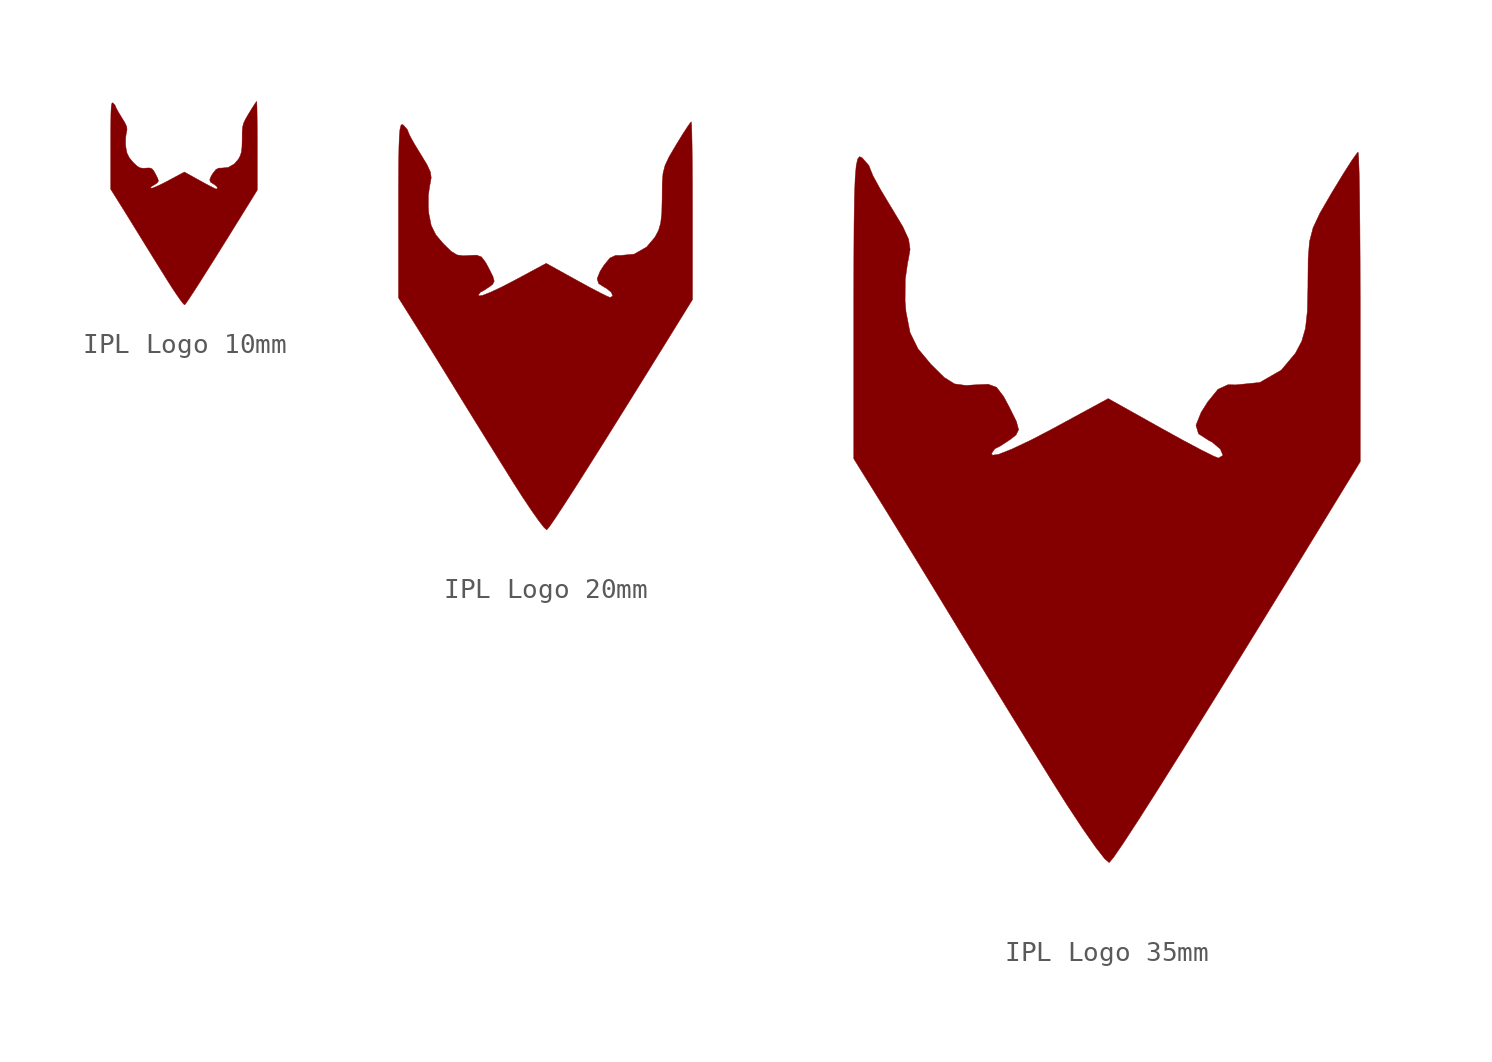
<source format=kicad_sym>
(kicad_symbol_lib
  (version 20241209)
  (generator "kicad_symbol_editor")
  (generator_version "9.0")
  (symbol "IPL Logo 10mm"
    (pin_names
      (offset 1.016))
    (property "Reference" "#G"
      (at 0 4.367 0)
      (effects (font (size 1.27 1.27)) (hide yes)))
    (symbol "IPL Logo 10mm_0_0"
      (polyline (pts (xy 0.092 -4.907) (xy 0.231 -4.705) (xy 0.446 -4.38) (xy 0.733 -3.935) (xy 1.088 -3.374) (xy 1.511 -2.704) (xy 1.996 -1.927) (xy 2.542 -1.049) (xy 3.146 -0.074) (xy 3.595 0.653) (xy 3.595 2.827) (xy 3.595 2.902) (xy 3.594 3.461) (xy 3.591 3.963) (xy 3.586 4.388) (xy 3.58 4.716) (xy 3.573 4.927) (xy 3.565 5.002) (xy 3.554 4.993) (xy 3.479 4.889) (xy 3.352 4.692) (xy 3.194 4.435) (xy 3.179 4.411) (xy 3.022 4.142) (xy 2.925 3.938) (xy 2.875 3.744) (xy 2.856 3.505) (xy 2.853 3.165) (xy 2.853 3.114) (xy 2.845 2.768) (xy 2.818 2.526) (xy 2.764 2.345) (xy 2.676 2.178) (xy 2.474 1.94) (xy 2.17 1.766) (xy 1.828 1.732) (xy 1.717 1.734) (xy 1.575 1.67) (xy 1.43 1.493) (xy 1.335 1.344) (xy 1.263 1.165) (xy 1.3 1.046) (xy 1.446 0.952) (xy 1.493 0.927) (xy 1.61 0.831) (xy 1.647 0.742) (xy 1.583 0.704) (xy 1.517 0.73) (xy 1.339 0.818) (xy 1.08 0.954) (xy 0.77 1.123) (xy 0.017 1.54) (xy -0.777 1.113) (xy -1.076 0.959) (xy -1.347 0.832) (xy -1.54 0.756) (xy -1.626 0.745) (xy -1.64 0.769) (xy -1.594 0.834) (xy -1.512 0.875) (xy -1.359 0.975) (xy -1.291 1.03) (xy -1.255 1.103) (xy -1.286 1.219) (xy -1.389 1.423) (xy -1.468 1.57) (xy -1.568 1.698) (xy -1.688 1.741) (xy -1.881 1.732) (xy -2.004 1.724) (xy -2.164 1.746) (xy -2.311 1.836) (xy -2.499 2.02) (xy -2.683 2.238) (xy -2.796 2.465) (xy -2.854 2.758) (xy -2.867 2.907) (xy -2.865 3.212) (xy -2.83 3.456) (xy -2.822 3.484) (xy -2.796 3.636) (xy -2.817 3.778) (xy -2.899 3.955) (xy -3.057 4.215) (xy -3.073 4.24) (xy -3.219 4.481) (xy -3.322 4.667) (xy -3.361 4.761) (xy -3.38 4.812) (xy -3.478 4.924) (xy -3.479 4.924) (xy -3.513 4.938) (xy -3.54 4.905) (xy -3.561 4.811) (xy -3.576 4.638) (xy -3.586 4.373) (xy -3.591 3.998) (xy -3.594 3.498) (xy -3.595 2.858) (xy -3.595 0.695) (xy -3.217 0.093) (xy -3.167 0.013) (xy -2.965 -0.309) (xy -2.718 -0.708) (xy -2.451 -1.141) (xy -2.191 -1.563) (xy -2.081 -1.741) (xy -1.778 -2.231) (xy -1.441 -2.776) (xy -1.101 -3.321) (xy -0.795 -3.811) (xy -0.569 -4.164) (xy -0.348 -4.496) (xy -0.165 -4.756) (xy -0.033 -4.924) (xy 0.031 -4.978) (xy 0.092 -4.907)) (stroke (width 0.01) (type default)) (fill (type outline)))))
  (symbol "IPL Logo 20mm"
    (pin_names
      (offset 1.016))
    (property "Reference" "#G"
      (at 0 9.4 0)
      (effects (font (size 1.27 1.27)) (hide yes)))
    (symbol "IPL Logo 20mm_0_0"
      (polyline (pts (xy 0.185 -9.843) (xy 0.464 -9.44) (xy 0.894 -8.787) (xy 1.47 -7.894) (xy 2.184 -6.769) (xy 3.031 -5.424) (xy 4.005 -3.865) (xy 5.1 -2.104) (xy 6.311 -0.149) (xy 7.212 1.31) (xy 7.212 5.672) (xy 7.212 5.823) (xy 7.21 6.944) (xy 7.203 7.95) (xy 7.194 8.803) (xy 7.182 9.461) (xy 7.168 9.884) (xy 7.152 10.035) (xy 7.13 10.017) (xy 6.979 9.808) (xy 6.724 9.414) (xy 6.407 8.898) (xy 6.378 8.85) (xy 6.062 8.31) (xy 5.869 7.901) (xy 5.768 7.512) (xy 5.729 7.032) (xy 5.723 6.35) (xy 5.723 6.248) (xy 5.707 5.553) (xy 5.653 5.068) (xy 5.546 4.704) (xy 5.369 4.37) (xy 4.963 3.891) (xy 4.353 3.543) (xy 3.667 3.476) (xy 3.445 3.48) (xy 3.16 3.35) (xy 2.869 2.995) (xy 2.679 2.696) (xy 2.534 2.337) (xy 2.607 2.098) (xy 2.901 1.91) (xy 2.996 1.861) (xy 3.229 1.666) (xy 3.304 1.489) (xy 3.175 1.413) (xy 3.044 1.464) (xy 2.686 1.64) (xy 2.167 1.913) (xy 1.546 2.252) (xy 0.034 3.089) (xy -1.56 2.233) (xy -2.159 1.923) (xy -2.702 1.669) (xy -3.09 1.517) (xy -3.262 1.494) (xy -3.29 1.542) (xy -3.197 1.673) (xy -3.034 1.755) (xy -2.727 1.956) (xy -2.591 2.066) (xy -2.518 2.214) (xy -2.58 2.445) (xy -2.786 2.856) (xy -2.946 3.15) (xy -3.145 3.407) (xy -3.385 3.493) (xy -3.774 3.475) (xy -4.02 3.459) (xy -4.342 3.503) (xy -4.635 3.684) (xy -5.013 4.053) (xy -5.382 4.491) (xy -5.608 4.946) (xy -5.726 5.533) (xy -5.751 5.832) (xy -5.747 6.443) (xy -5.677 6.933) (xy -5.662 6.989) (xy -5.609 7.295) (xy -5.651 7.579) (xy -5.816 7.935) (xy -6.132 8.456) (xy -6.165 8.507) (xy -6.457 8.989) (xy -6.663 9.363) (xy -6.742 9.551) (xy -6.78 9.655) (xy -6.977 9.878) (xy -6.979 9.879) (xy -7.048 9.907) (xy -7.102 9.841) (xy -7.144 9.651) (xy -7.173 9.306) (xy -7.193 8.773) (xy -7.205 8.021) (xy -7.211 7.018) (xy -7.212 5.733) (xy -7.212 1.394) (xy -6.454 0.187) (xy -6.353 0.027) (xy -5.949 -0.621) (xy -5.452 -1.421) (xy -4.916 -2.288) (xy -4.395 -3.136) (xy -4.175 -3.493) (xy -3.568 -4.476) (xy -2.89 -5.569) (xy -2.209 -6.662) (xy -1.595 -7.646) (xy -1.142 -8.354) (xy -0.698 -9.02) (xy -0.33 -9.542) (xy -0.067 -9.878) (xy 0.062 -9.988) (xy 0.185 -9.843)) (stroke (width 0.01) (type default)) (fill (type outline)))))
  (symbol "IPL Logo 35mm"
    (pin_names
      (offset 1.016))
    (property "Reference" "#G"
      (at 0 16.845 0)
      (effects (font (size 1.27 1.27)) (hide yes)))
    (symbol "IPL Logo 35mm_0_0"
      (polyline (pts (xy 0.318 -17.146) (xy 0.8 -16.444) (xy 1.542 -15.307) (xy 2.533 -13.751) (xy 3.763 -11.792) (xy 5.223 -9.447) (xy 6.902 -6.733) (xy 8.79 -3.665) (xy 10.876 -0.259) (xy 12.43 2.282) (xy 12.43 9.881) (xy 12.43 10.143) (xy 12.425 12.096) (xy 12.414 13.849) (xy 12.398 15.334) (xy 12.377 16.48) (xy 12.352 17.218) (xy 12.325 17.48) (xy 12.288 17.448) (xy 12.027 17.084) (xy 11.589 16.398) (xy 11.042 15.499) (xy 10.992 15.415) (xy 10.448 14.475) (xy 10.115 13.763) (xy 9.94 13.086) (xy 9.874 12.25) (xy 9.863 11.061) (xy 9.863 10.884) (xy 9.835 9.672) (xy 9.743 8.829) (xy 9.558 8.194) (xy 9.252 7.611) (xy 8.554 6.778) (xy 7.501 6.172) (xy 6.319 6.054) (xy 5.937 6.062) (xy 5.446 5.836) (xy 4.944 5.217) (xy 4.617 4.696) (xy 4.367 4.071) (xy 4.493 3.654) (xy 4.999 3.327) (xy 5.163 3.241) (xy 5.565 2.902) (xy 5.695 2.593) (xy 5.472 2.461) (xy 5.246 2.55) (xy 4.63 2.857) (xy 3.734 3.333) (xy 2.664 3.923) (xy 0.059 5.381) (xy -2.688 3.889) (xy -3.721 3.35) (xy -4.657 2.907) (xy -5.325 2.643) (xy -5.622 2.602) (xy -5.67 2.686) (xy -5.51 2.915) (xy -5.229 3.057) (xy -4.7 3.407) (xy -4.465 3.599) (xy -4.339 3.856) (xy -4.447 4.259) (xy -4.802 4.974) (xy -5.077 5.486) (xy -5.42 5.935) (xy -5.834 6.085) (xy -6.504 6.054) (xy -6.929 6.026) (xy -7.484 6.103) (xy -7.988 6.417) (xy -8.64 7.061) (xy -9.275 7.822) (xy -9.666 8.615) (xy -9.867 9.639) (xy -9.911 10.158) (xy -9.904 11.224) (xy -9.783 12.077) (xy -9.757 12.174) (xy -9.666 12.707) (xy -9.739 13.203) (xy -10.024 13.823) (xy -10.568 14.729) (xy -10.624 14.819) (xy -11.128 15.659) (xy -11.484 16.31) (xy -11.619 16.638) (xy -11.685 16.818) (xy -12.024 17.206) (xy -12.027 17.209) (xy -12.147 17.257) (xy -12.24 17.143) (xy -12.311 16.812) (xy -12.362 16.21) (xy -12.396 15.281) (xy -12.417 13.971) (xy -12.427 12.225) (xy -12.43 9.987) (xy -12.43 2.428) (xy -11.122 0.326) (xy -10.948 0.047) (xy -10.253 -1.081) (xy -9.397 -2.476) (xy -8.473 -3.986) (xy -7.574 -5.462) (xy -7.196 -6.085) (xy -6.149 -7.797) (xy -4.981 -9.701) (xy -3.808 -11.605) (xy -2.748 -13.319) (xy -1.968 -14.553) (xy -1.203 -15.713) (xy -0.569 -16.621) (xy -0.115 -17.207) (xy 0.107 -17.398) (xy 0.318 -17.146)) (stroke (width 0.01) (type default)) (fill (type outline))))))
</source>
